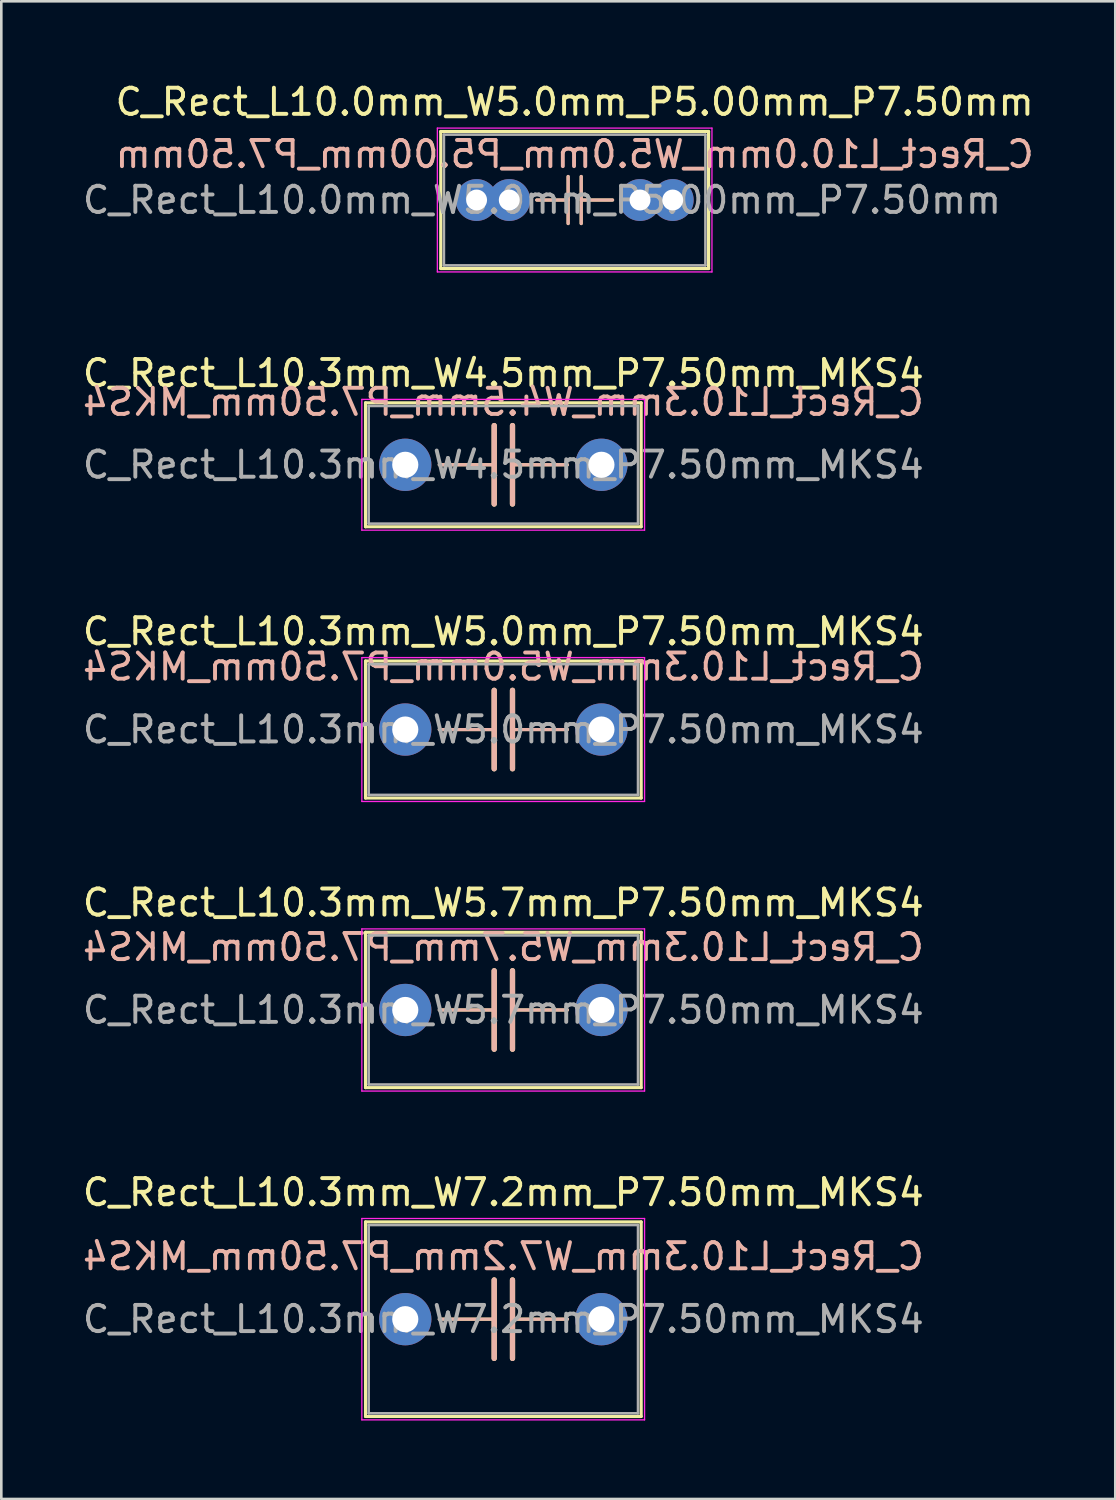
<source format=kicad_pcb>
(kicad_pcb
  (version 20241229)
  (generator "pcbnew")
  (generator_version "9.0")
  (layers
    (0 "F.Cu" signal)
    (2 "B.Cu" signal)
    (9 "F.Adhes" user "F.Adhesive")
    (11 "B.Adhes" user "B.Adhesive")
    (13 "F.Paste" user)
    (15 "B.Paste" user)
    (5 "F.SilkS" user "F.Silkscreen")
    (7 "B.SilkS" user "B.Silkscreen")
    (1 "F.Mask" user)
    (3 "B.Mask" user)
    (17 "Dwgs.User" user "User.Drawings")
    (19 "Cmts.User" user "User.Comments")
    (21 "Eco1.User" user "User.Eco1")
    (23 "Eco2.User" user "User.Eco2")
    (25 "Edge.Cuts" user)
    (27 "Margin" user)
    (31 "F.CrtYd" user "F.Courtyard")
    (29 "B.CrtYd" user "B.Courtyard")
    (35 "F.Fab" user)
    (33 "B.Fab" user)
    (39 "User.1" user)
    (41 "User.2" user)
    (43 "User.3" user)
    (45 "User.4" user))
  (footprint "C_Rect_L10.3mm_W7.2mm_P7.50mm_MKS4"
    (layer "F.Cu")
    (at 12.446 47.391)
    (property "Reference" "C_Rect_L10.3mm_W7.2mm_P7.50mm_MKS4" (at 3.75 -4.85 0) (layer "F.SilkS") (effects (font (size 1 1) (thickness 0.15))))
    (fp_line (start -1.52 -3.72) (end -1.52 3.72) (stroke (width 0.12) (type solid)) (layer "F.SilkS"))
    (fp_line (start -1.52 -3.72) (end 9.02 -3.72) (stroke (width 0.12) (type solid)) (layer "F.SilkS"))
    (fp_line (start -1.52 3.72) (end 9.02 3.72) (stroke (width 0.12) (type solid)) (layer "F.SilkS"))
    (fp_line (start 1.3 0) (end 3.4 0) (stroke (width 0.12) (type solid)) (layer "F.SilkS"))
    (fp_line (start 3.4 -1.5) (end 3.4 1.5) (stroke (width 0.2) (type solid)) (layer "F.SilkS"))
    (fp_line (start 4.1 -1.5) (end 4.1 1.5) (stroke (width 0.2) (type solid)) (layer "F.SilkS"))
    (fp_line (start 4.1 0) (end 6.2 0) (stroke (width 0.12) (type solid)) (layer "F.SilkS"))
    (fp_line (start 9.02 -3.72) (end 9.02 3.72) (stroke (width 0.12) (type solid)) (layer "F.SilkS"))
    (fp_line (start 1.3 0) (end 3.4 0) (stroke (width 0.12) (type solid)) (layer "B.SilkS"))
    (fp_line (start 3.4 1.5) (end 3.4 -1.5) (stroke (width 0.2) (type solid)) (layer "B.SilkS"))
    (fp_line (start 4.1 0) (end 6.2 0) (stroke (width 0.12) (type solid)) (layer "B.SilkS"))
    (fp_line (start 4.1 1.5) (end 4.1 -1.5) (stroke (width 0.2) (type solid)) (layer "B.SilkS"))
    (fp_line (start -1.66 -3.85) (end -1.66 3.85) (stroke (width 0.05) (type solid)) (layer "F.CrtYd"))
    (fp_line (start -1.66 3.85) (end 9.15 3.85) (stroke (width 0.05) (type solid)) (layer "F.CrtYd"))
    (fp_line (start 9.15 -3.85) (end -1.66 -3.85) (stroke (width 0.05) (type solid)) (layer "F.CrtYd"))
    (fp_line (start 9.15 3.85) (end 9.15 -3.85) (stroke (width 0.05) (type solid)) (layer "F.CrtYd"))
    (fp_line (start -1.4 -3.6) (end -1.4 3.6) (stroke (width 0.1) (type solid)) (layer "F.Fab"))
    (fp_line (start -1.4 3.6) (end 8.9 3.6) (stroke (width 0.1) (type solid)) (layer "F.Fab"))
    (fp_line (start 8.9 -3.6) (end -1.4 -3.6) (stroke (width 0.1) (type solid)) (layer "F.Fab"))
    (fp_line (start 8.9 3.6) (end 8.9 -3.6) (stroke (width 0.1) (type solid)) (layer "F.Fab"))
    (fp_text user "${REFERENCE}" (at 3.75 -2.4 0) (layer "B.SilkS") (effects (font (size 1 1) (thickness 0.15)) (justify mirror)))
    (fp_text user "${REFERENCE}" (at 3.75 0 0) (layer "F.Fab") (effects (font (size 1 1) (thickness 0.15))))
    (pad "1" thru_hole circle (at 0 0) (size 2 2) (drill 1) (layers "*.Cu" "*.Mask"))
    (pad "2" thru_hole circle (at 7.5 0) (size 2 2) (drill 1) (layers "*.Cu" "*.Mask")))
  (footprint "C_Rect_L10.3mm_W4.5mm_P7.50mm_MKS4"
    (layer "F.Cu")
    (at 12.446 14.722)
    (property "Reference" "C_Rect_L10.3mm_W4.5mm_P7.50mm_MKS4" (at 3.75 -3.5 0) (layer "F.SilkS") (effects (font (size 1 1) (thickness 0.15))))
    (fp_line (start -1.52 -2.37) (end -1.52 2.37) (stroke (width 0.12) (type solid)) (layer "F.SilkS"))
    (fp_line (start -1.52 -2.37) (end 9.02 -2.37) (stroke (width 0.12) (type solid)) (layer "F.SilkS"))
    (fp_line (start -1.52 2.37) (end 9.02 2.37) (stroke (width 0.12) (type solid)) (layer "F.SilkS"))
    (fp_line (start 1.3 0) (end 3.4 0) (stroke (width 0.12) (type solid)) (layer "F.SilkS"))
    (fp_line (start 3.4 -1.5) (end 3.4 1.5) (stroke (width 0.2) (type solid)) (layer "F.SilkS"))
    (fp_line (start 4.1 -1.5) (end 4.1 1.5) (stroke (width 0.2) (type solid)) (layer "F.SilkS"))
    (fp_line (start 4.1 0) (end 6.2 0) (stroke (width 0.12) (type solid)) (layer "F.SilkS"))
    (fp_line (start 9.02 -2.37) (end 9.02 2.37) (stroke (width 0.12) (type solid)) (layer "F.SilkS"))
    (fp_line (start 1.3 0) (end 3.4 0) (stroke (width 0.12) (type solid)) (layer "B.SilkS"))
    (fp_line (start 3.4 1.5) (end 3.4 -1.5) (stroke (width 0.2) (type solid)) (layer "B.SilkS"))
    (fp_line (start 4.1 0) (end 6.2 0) (stroke (width 0.12) (type solid)) (layer "B.SilkS"))
    (fp_line (start 4.1 1.5) (end 4.1 -1.5) (stroke (width 0.2) (type solid)) (layer "B.SilkS"))
    (fp_line (start -1.66 -2.5) (end -1.66 2.5) (stroke (width 0.05) (type solid)) (layer "F.CrtYd"))
    (fp_line (start -1.66 2.5) (end 9.15 2.5) (stroke (width 0.05) (type solid)) (layer "F.CrtYd"))
    (fp_line (start 9.15 -2.5) (end -1.66 -2.5) (stroke (width 0.05) (type solid)) (layer "F.CrtYd"))
    (fp_line (start 9.15 2.5) (end 9.15 -2.5) (stroke (width 0.05) (type solid)) (layer "F.CrtYd"))
    (fp_line (start -1.4 -2.25) (end -1.4 2.25) (stroke (width 0.1) (type solid)) (layer "F.Fab"))
    (fp_line (start -1.4 2.25) (end 8.9 2.25) (stroke (width 0.1) (type solid)) (layer "F.Fab"))
    (fp_line (start 8.9 -2.25) (end -1.4 -2.25) (stroke (width 0.1) (type solid)) (layer "F.Fab"))
    (fp_line (start 8.9 2.25) (end 8.9 -2.25) (stroke (width 0.1) (type solid)) (layer "F.Fab"))
    (fp_text user "${REFERENCE}" (at 3.75 -2.4 0) (layer "B.SilkS") (effects (font (size 1 1) (thickness 0.15)) (justify mirror)))
    (fp_text user "${REFERENCE}" (at 3.75 0 0) (layer "F.Fab") (effects (font (size 1 1) (thickness 0.15))))
    (pad "1" thru_hole circle (at 0 0) (size 2 2) (drill 1) (layers "*.Cu" "*.Mask"))
    (pad "2" thru_hole circle (at 7.5 0) (size 2 2) (drill 1) (layers "*.Cu" "*.Mask")))
  (footprint "C_Rect_L10.0mm_W5.0mm_P5.00mm_P7.50mm"
    (layer "F.Cu")
    (at 15.173 4.598)
    (property "Reference" "C_Rect_L10.0mm_W5.0mm_P5.00mm_P7.50mm" (at 3.75 -3.75 0) (layer "F.SilkS") (effects (font (size 1 1) (thickness 0.15))))
    (fp_line (start -1.37 -2.62) (end -1.37 2.62) (stroke (width 0.12) (type solid)) (layer "F.SilkS"))
    (fp_line (start -1.37 -2.62) (end 8.87 -2.62) (stroke (width 0.12) (type solid)) (layer "F.SilkS"))
    (fp_line (start -1.37 2.62) (end 8.87 2.62) (stroke (width 0.12) (type solid)) (layer "F.SilkS"))
    (fp_line (start 2.3 0) (end 3.5 0) (stroke (width 0.12) (type solid)) (layer "F.SilkS"))
    (fp_line (start 3.5 -0.9) (end 3.5 0.9) (stroke (width 0.12) (type solid)) (layer "F.SilkS"))
    (fp_line (start 4 -0.9) (end 4 0.9) (stroke (width 0.12) (type solid)) (layer "F.SilkS"))
    (fp_line (start 5.2 0) (end 4 0) (stroke (width 0.12) (type solid)) (layer "F.SilkS"))
    (fp_line (start 8.87 -2.62) (end 8.87 2.62) (stroke (width 0.12) (type solid)) (layer "F.SilkS"))
    (fp_line (start 2.3 0) (end 3.5 0) (stroke (width 0.12) (type solid)) (layer "B.SilkS"))
    (fp_line (start 3.5 0.9) (end 3.5 -0.9) (stroke (width 0.12) (type solid)) (layer "B.SilkS"))
    (fp_line (start 4 0.9) (end 4 -0.9) (stroke (width 0.12) (type solid)) (layer "B.SilkS"))
    (fp_line (start 5.2 0) (end 4 0) (stroke (width 0.12) (type solid)) (layer "B.SilkS"))
    (fp_line (start -1.5 -2.75) (end -1.5 2.75) (stroke (width 0.05) (type solid)) (layer "F.CrtYd"))
    (fp_line (start -1.5 2.75) (end 9 2.75) (stroke (width 0.05) (type solid)) (layer "F.CrtYd"))
    (fp_line (start 9 -2.75) (end -1.5 -2.75) (stroke (width 0.05) (type solid)) (layer "F.CrtYd"))
    (fp_line (start 9 2.75) (end 9 -2.75) (stroke (width 0.05) (type solid)) (layer "F.CrtYd"))
    (fp_line (start -1.25 -2.5) (end -1.25 2.5) (stroke (width 0.1) (type solid)) (layer "F.Fab"))
    (fp_line (start -1.25 2.5) (end 8.75 2.5) (stroke (width 0.1) (type solid)) (layer "F.Fab"))
    (fp_line (start 8.75 -2.5) (end -1.25 -2.5) (stroke (width 0.1) (type solid)) (layer "F.Fab"))
    (fp_line (start 8.75 2.5) (end 8.75 -2.5) (stroke (width 0.1) (type solid)) (layer "F.Fab"))
    (fp_text user "${REFERENCE}" (at 3.75 -1.75 0) (layer "B.SilkS") (effects (font (size 1 1) (thickness 0.15)) (justify mirror)))
    (fp_text user "${REFERENCE}" (at 2.5 0 0) (layer "F.Fab") (effects (font (size 1 1) (thickness 0.15))))
    (pad "1" thru_hole circle (at 0 0) (size 1.6 1.6) (drill 0.8) (layers "*.Cu" "*.Mask"))
    (pad "1" thru_hole circle (at 1.25 0) (size 1.6 1.6) (drill 0.8) (layers "*.Cu" "*.Mask"))
    (pad "2" thru_hole circle (at 6.25 0) (size 1.6 1.6) (drill 0.8) (layers "*.Cu" "*.Mask"))
    (pad "2" thru_hole circle (at 7.5 0) (size 1.6 1.6) (drill 0.8) (layers "*.Cu" "*.Mask")))
  (footprint "C_Rect_L10.3mm_W5.0mm_P7.50mm_MKS4"
    (layer "F.Cu")
    (at 12.446 24.845)
    (property "Reference" "C_Rect_L10.3mm_W5.0mm_P7.50mm_MKS4" (at 3.75 -3.75 0) (layer "F.SilkS") (effects (font (size 1 1) (thickness 0.15))))
    (fp_line (start -1.52 -2.62) (end -1.52 2.62) (stroke (width 0.12) (type solid)) (layer "F.SilkS"))
    (fp_line (start -1.52 -2.62) (end 9.02 -2.62) (stroke (width 0.12) (type solid)) (layer "F.SilkS"))
    (fp_line (start -1.52 2.62) (end 9.02 2.62) (stroke (width 0.12) (type solid)) (layer "F.SilkS"))
    (fp_line (start 1.3 0) (end 3.4 0) (stroke (width 0.12) (type solid)) (layer "F.SilkS"))
    (fp_line (start 3.4 -1.5) (end 3.4 1.5) (stroke (width 0.2) (type solid)) (layer "F.SilkS"))
    (fp_line (start 4.1 -1.5) (end 4.1 1.5) (stroke (width 0.2) (type solid)) (layer "F.SilkS"))
    (fp_line (start 4.1 0) (end 6.2 0) (stroke (width 0.12) (type solid)) (layer "F.SilkS"))
    (fp_line (start 9.02 -2.62) (end 9.02 2.62) (stroke (width 0.12) (type solid)) (layer "F.SilkS"))
    (fp_line (start 1.3 0) (end 3.4 0) (stroke (width 0.12) (type solid)) (layer "B.SilkS"))
    (fp_line (start 3.4 1.5) (end 3.4 -1.5) (stroke (width 0.2) (type solid)) (layer "B.SilkS"))
    (fp_line (start 4.1 0) (end 6.2 0) (stroke (width 0.12) (type solid)) (layer "B.SilkS"))
    (fp_line (start 4.1 1.5) (end 4.1 -1.5) (stroke (width 0.2) (type solid)) (layer "B.SilkS"))
    (fp_line (start -1.66 -2.75) (end -1.66 2.75) (stroke (width 0.05) (type solid)) (layer "F.CrtYd"))
    (fp_line (start -1.66 2.75) (end 9.15 2.75) (stroke (width 0.05) (type solid)) (layer "F.CrtYd"))
    (fp_line (start 9.15 -2.75) (end -1.66 -2.75) (stroke (width 0.05) (type solid)) (layer "F.CrtYd"))
    (fp_line (start 9.15 2.75) (end 9.15 -2.75) (stroke (width 0.05) (type solid)) (layer "F.CrtYd"))
    (fp_line (start -1.4 -2.5) (end -1.4 2.5) (stroke (width 0.1) (type solid)) (layer "F.Fab"))
    (fp_line (start -1.4 2.5) (end 8.9 2.5) (stroke (width 0.1) (type solid)) (layer "F.Fab"))
    (fp_line (start 8.9 -2.5) (end -1.4 -2.5) (stroke (width 0.1) (type solid)) (layer "F.Fab"))
    (fp_line (start 8.9 2.5) (end 8.9 -2.5) (stroke (width 0.1) (type solid)) (layer "F.Fab"))
    (fp_text user "${REFERENCE}" (at 3.75 -2.4 0) (layer "B.SilkS") (effects (font (size 1 1) (thickness 0.15)) (justify mirror)))
    (fp_text user "${REFERENCE}" (at 3.75 0 0) (layer "F.Fab") (effects (font (size 1 1) (thickness 0.15))))
    (pad "1" thru_hole circle (at 0 0) (size 2 2) (drill 1) (layers "*.Cu" "*.Mask"))
    (pad "2" thru_hole circle (at 7.5 0) (size 2 2) (drill 1) (layers "*.Cu" "*.Mask")))
  (footprint "C_Rect_L10.3mm_W5.7mm_P7.50mm_MKS4"
    (layer "F.Cu")
    (at 12.446 35.568)
    (property "Reference" "C_Rect_L10.3mm_W5.7mm_P7.50mm_MKS4" (at 3.75 -4.1 0) (layer "F.SilkS") (effects (font (size 1 1) (thickness 0.15))))
    (fp_line (start -1.52 -2.97) (end -1.52 2.97) (stroke (width 0.12) (type solid)) (layer "F.SilkS"))
    (fp_line (start -1.52 -2.97) (end 9.02 -2.97) (stroke (width 0.12) (type solid)) (layer "F.SilkS"))
    (fp_line (start -1.52 2.97) (end 9.02 2.97) (stroke (width 0.12) (type solid)) (layer "F.SilkS"))
    (fp_line (start 1.3 0) (end 3.4 0) (stroke (width 0.12) (type solid)) (layer "F.SilkS"))
    (fp_line (start 3.4 -1.5) (end 3.4 1.5) (stroke (width 0.2) (type solid)) (layer "F.SilkS"))
    (fp_line (start 4.1 -1.5) (end 4.1 1.5) (stroke (width 0.2) (type solid)) (layer "F.SilkS"))
    (fp_line (start 4.1 0) (end 6.2 0) (stroke (width 0.12) (type solid)) (layer "F.SilkS"))
    (fp_line (start 9.02 -2.97) (end 9.02 2.97) (stroke (width 0.12) (type solid)) (layer "F.SilkS"))
    (fp_line (start 1.3 0) (end 3.4 0) (stroke (width 0.12) (type solid)) (layer "B.SilkS"))
    (fp_line (start 3.4 1.5) (end 3.4 -1.5) (stroke (width 0.2) (type solid)) (layer "B.SilkS"))
    (fp_line (start 4.1 0) (end 6.2 0) (stroke (width 0.12) (type solid)) (layer "B.SilkS"))
    (fp_line (start 4.1 1.5) (end 4.1 -1.5) (stroke (width 0.2) (type solid)) (layer "B.SilkS"))
    (fp_line (start -1.66 -3.1) (end -1.66 3.1) (stroke (width 0.05) (type solid)) (layer "F.CrtYd"))
    (fp_line (start -1.66 3.1) (end 9.15 3.1) (stroke (width 0.05) (type solid)) (layer "F.CrtYd"))
    (fp_line (start 9.15 -3.1) (end -1.66 -3.1) (stroke (width 0.05) (type solid)) (layer "F.CrtYd"))
    (fp_line (start 9.15 3.1) (end 9.15 -3.1) (stroke (width 0.05) (type solid)) (layer "F.CrtYd"))
    (fp_line (start -1.4 -2.85) (end -1.4 2.85) (stroke (width 0.1) (type solid)) (layer "F.Fab"))
    (fp_line (start -1.4 2.85) (end 8.9 2.85) (stroke (width 0.1) (type solid)) (layer "F.Fab"))
    (fp_line (start 8.9 -2.85) (end -1.4 -2.85) (stroke (width 0.1) (type solid)) (layer "F.Fab"))
    (fp_line (start 8.9 2.85) (end 8.9 -2.85) (stroke (width 0.1) (type solid)) (layer "F.Fab"))
    (fp_text user "${REFERENCE}" (at 3.75 -2.4 0) (layer "B.SilkS") (effects (font (size 1 1) (thickness 0.15)) (justify mirror)))
    (fp_text user "${REFERENCE}" (at 3.75 0 0) (layer "F.Fab") (effects (font (size 1 1) (thickness 0.15))))
    (pad "1" thru_hole circle (at 0 0) (size 2 2) (drill 1) (layers "*.Cu" "*.Mask"))
    (pad "2" thru_hole circle (at 7.5 0) (size 2 2) (drill 1) (layers "*.Cu" "*.Mask")))
  (gr_rect
    (start -3 -3)
    (end 39.595 54.266)
    (stroke (width 0.1) (type default))
    (fill no)
    (layer "Edge.Cuts")))
</source>
